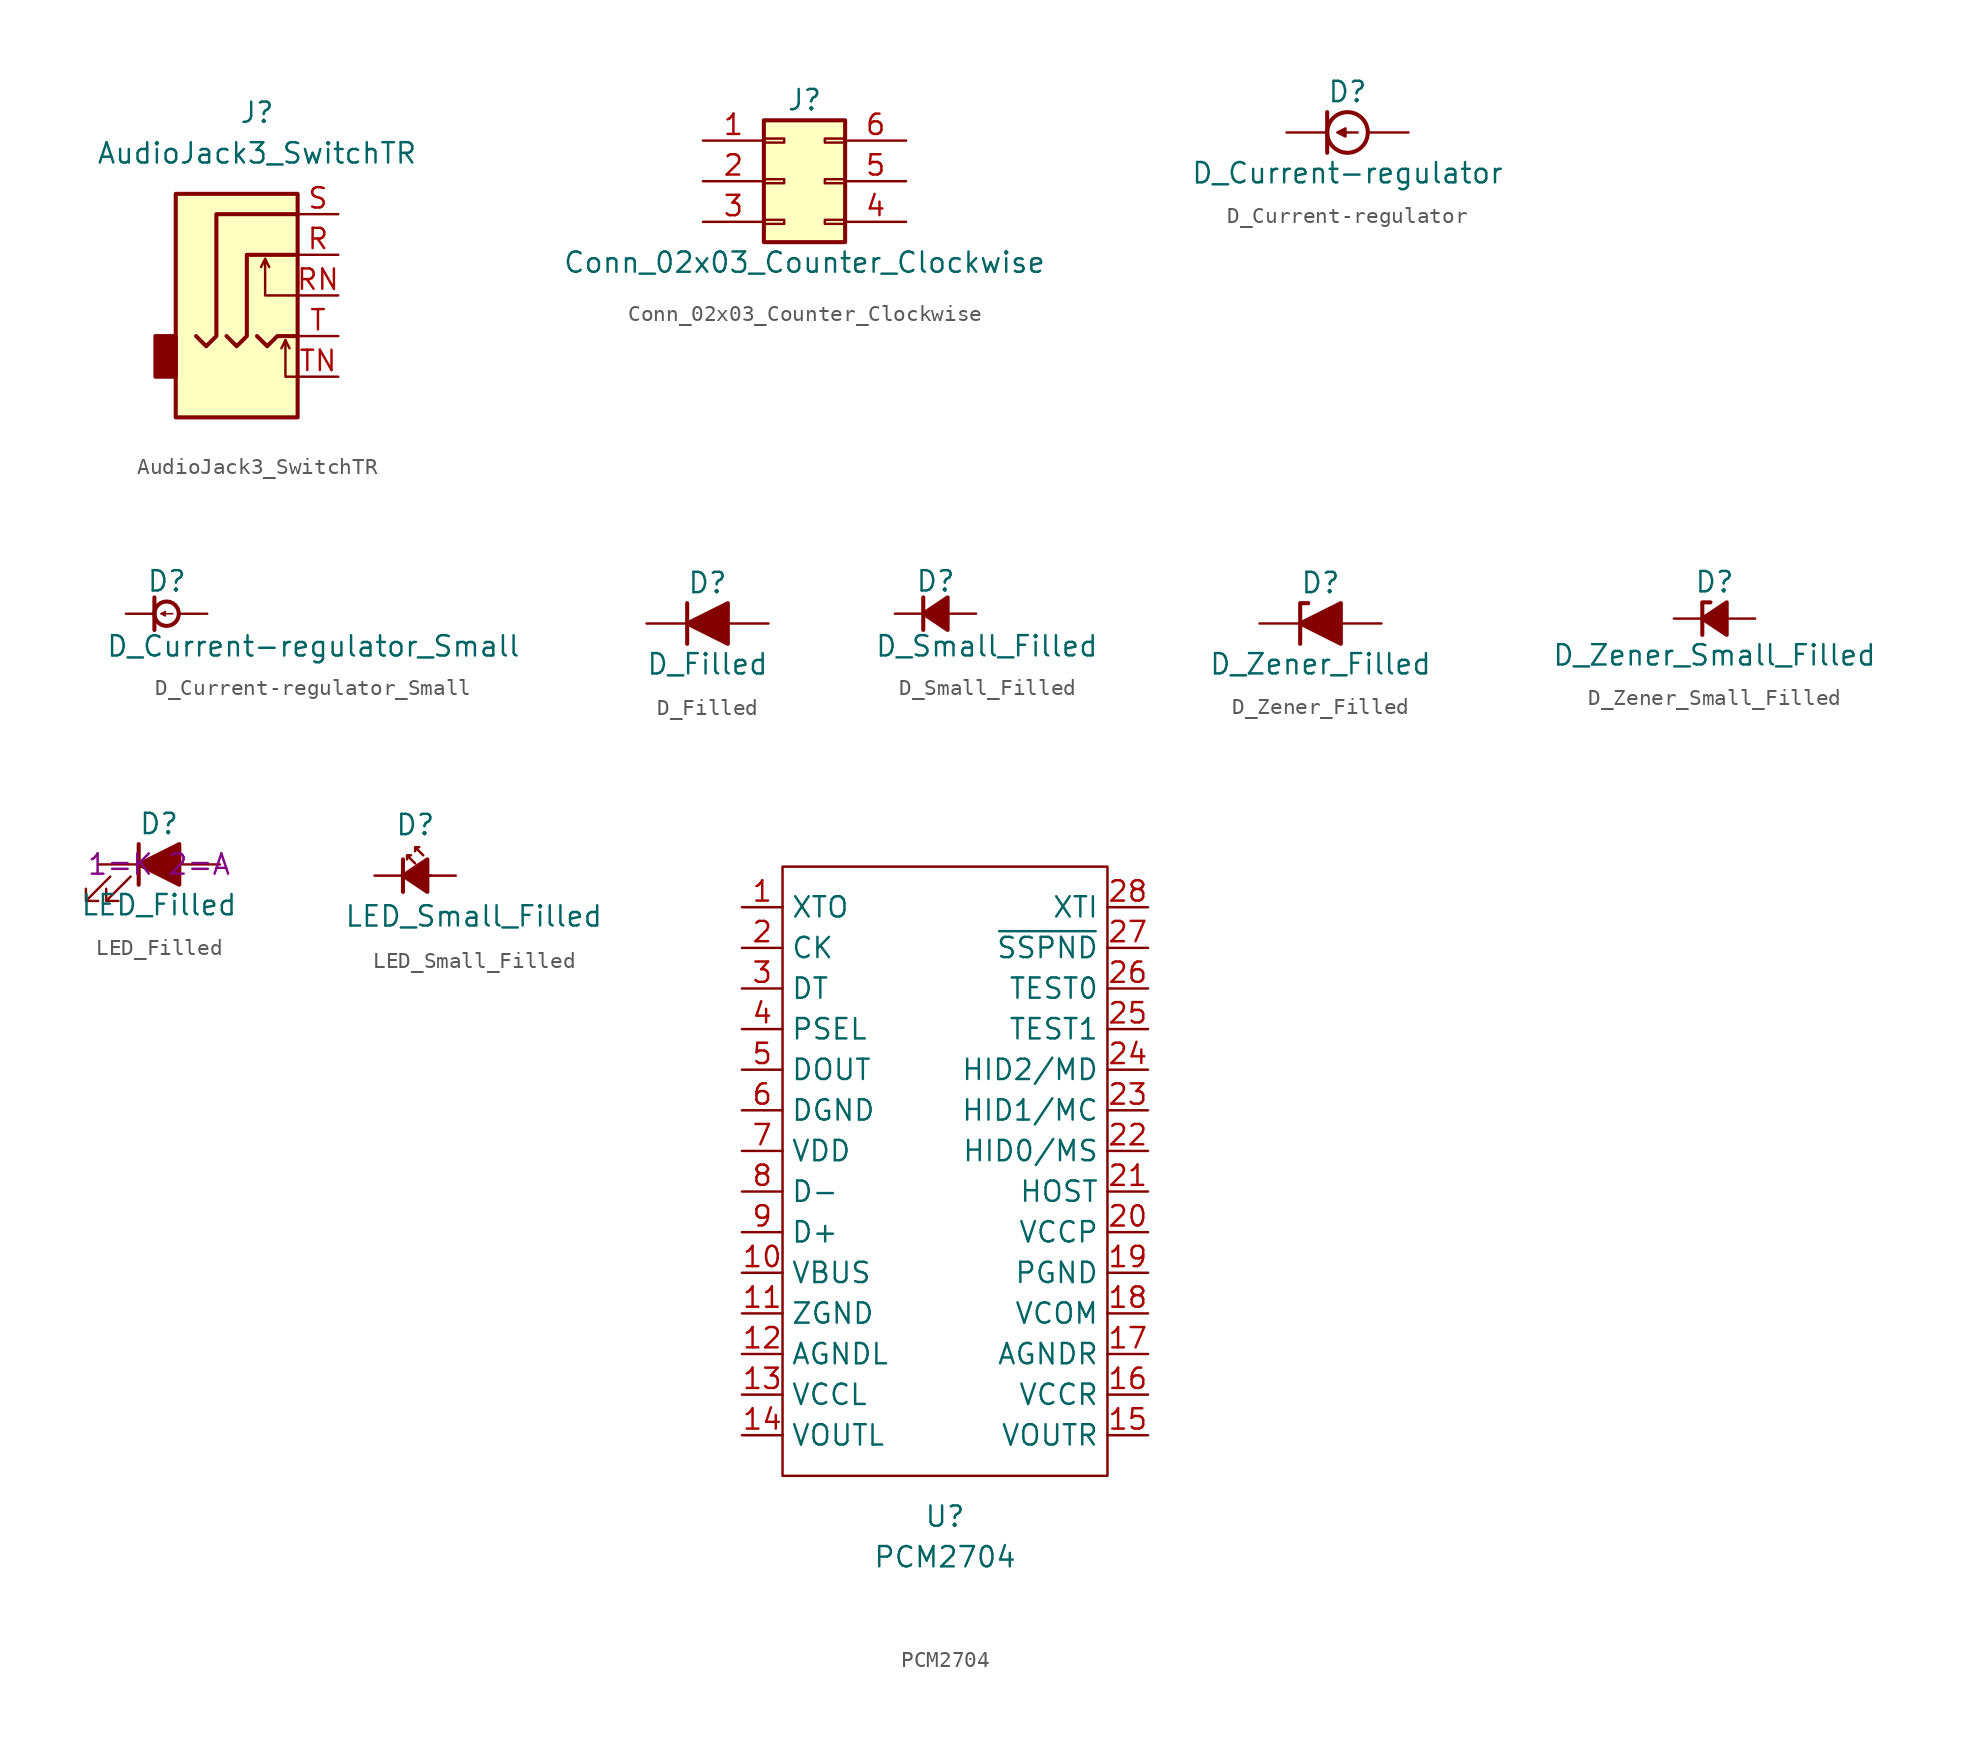
<source format=kicad_sym>
(kicad_symbol_lib
  (version 20241209)
  (generator "kicad_symbol_editor")
  (generator_version "9.0")
  (symbol "AudioJack3_SwitchTR"
    (property "Reference" "J"
      (at 0 8.89 0)
      (effects (font (size 1.27 1.27))))
    (property "Value" "AudioJack3_SwitchTR"
      (at 0 6.35 0)
      (effects (font (size 1.27 1.27))))
    (symbol "AudioJack3_SwitchTR_0_1"
      (rectangle (start -5.08 -5.08) (end -6.35 -7.62) (stroke (width 0.254) (type default)) (fill (type outline)))
      (polyline (pts (xy -1.905 -5.08) (xy -1.27 -5.715) (xy -0.635 -5.08) (xy -0.635 0) (xy 2.54 0)) (stroke (width 0.254) (type default)) (fill (type none)))
      (polyline (pts (xy 0 -5.08) (xy 0.635 -5.715) (xy 1.27 -5.08) (xy 2.54 -5.08)) (stroke (width 0.254) (type default)) (fill (type none)))
      (polyline (pts (xy 0.508 -0.254) (xy 0.762 -0.762)) (stroke (width 0) (type default)) (fill (type none)))
      (polyline (pts (xy 1.778 -5.334) (xy 2.032 -5.842)) (stroke (width 0) (type default)) (fill (type none)))
      (rectangle (start 2.54 3.81) (end -5.08 -10.16) (stroke (width 0.254) (type default)) (fill (type background)))
      (polyline (pts (xy 2.54 2.54) (xy -2.54 2.54) (xy -2.54 -5.08) (xy -3.175 -5.715) (xy -3.81 -5.08)) (stroke (width 0.254) (type default)) (fill (type none)))
      (polyline (pts (xy 2.54 -2.54) (xy 0.508 -2.54) (xy 0.508 -0.254) (xy 0.254 -0.762)) (stroke (width 0) (type default)) (fill (type none)))
      (polyline (pts (xy 2.54 -7.62) (xy 1.778 -7.62) (xy 1.778 -5.334) (xy 1.524 -5.842)) (stroke (width 0) (type default)) (fill (type none))))
    (symbol "AudioJack3_SwitchTR_1_1"
      (pin passive line (at 5.08 2.54 180) (length 2.54) (name "~" (effects (font (size 1.27 1.27)))) (number "S" (effects (font (size 1.27 1.27)))))
      (pin passive line (at 5.08 0 180) (length 2.54) (name "~" (effects (font (size 1.27 1.27)))) (number "R" (effects (font (size 1.27 1.27)))))
      (pin passive line (at 5.08 -2.54 180) (length 2.54) (name "~" (effects (font (size 1.27 1.27)))) (number "RN" (effects (font (size 1.27 1.27)))))
      (pin passive line (at 5.08 -5.08 180) (length 2.54) (name "~" (effects (font (size 1.27 1.27)))) (number "T" (effects (font (size 1.27 1.27)))))
      (pin passive line (at 5.08 -7.62 180) (length 2.54) (name "~" (effects (font (size 1.27 1.27)))) (number "TN" (effects (font (size 1.27 1.27)))))))
  (symbol "Conn_02x03_Counter_Clockwise"
    (pin_names
      (offset 1.016)
      (hide yes))
    (property "Reference" "J"
      (at 1.27 5.08 0)
      (effects (font (size 1.27 1.27))))
    (property "Value" "Conn_02x03_Counter_Clockwise"
      (at 1.27 -5.08 0)
      (effects (font (size 1.27 1.27))))
    (symbol "Conn_02x03_Counter_Clockwise_1_1"
      (rectangle (start -1.27 3.81) (end 3.81 -3.81) (stroke (width 0.254) (type default)) (fill (type background)))
      (rectangle (start -1.27 2.667) (end 0 2.413) (stroke (width 0.152) (type default)) (fill (type none)))
      (rectangle (start -1.27 0.127) (end 0 -0.127) (stroke (width 0.152) (type default)) (fill (type none)))
      (rectangle (start -1.27 -2.413) (end 0 -2.667) (stroke (width 0.152) (type default)) (fill (type none)))
      (rectangle (start 3.81 2.667) (end 2.54 2.413) (stroke (width 0.152) (type default)) (fill (type none)))
      (rectangle (start 3.81 0.127) (end 2.54 -0.127) (stroke (width 0.152) (type default)) (fill (type none)))
      (rectangle (start 3.81 -2.413) (end 2.54 -2.667) (stroke (width 0.152) (type default)) (fill (type none)))
      (pin passive line (at -5.08 2.54 0) (length 3.81) (name "Pin_1" (effects (font (size 1.27 1.27)))) (number "1" (effects (font (size 1.27 1.27)))))
      (pin passive line (at -5.08 0 0) (length 3.81) (name "Pin_2" (effects (font (size 1.27 1.27)))) (number "2" (effects (font (size 1.27 1.27)))))
      (pin passive line (at -5.08 -2.54 0) (length 3.81) (name "Pin_3" (effects (font (size 1.27 1.27)))) (number "3" (effects (font (size 1.27 1.27)))))
      (pin passive line (at 7.62 2.54 180) (length 3.81) (name "Pin_6" (effects (font (size 1.27 1.27)))) (number "6" (effects (font (size 1.27 1.27)))))
      (pin passive line (at 7.62 0 180) (length 3.81) (name "Pin_5" (effects (font (size 1.27 1.27)))) (number "5" (effects (font (size 1.27 1.27)))))
      (pin passive line (at 7.62 -2.54 180) (length 3.81) (name "Pin_4" (effects (font (size 1.27 1.27)))) (number "4" (effects (font (size 1.27 1.27)))))))
  (symbol "D_Current-regulator"
    (pin_numbers
      (hide yes))
    (pin_names
      (offset 1.016)
      (hide yes))
    (property "Reference" "D"
      (at 0 2.54 0)
      (effects (font (size 1.27 1.27))))
    (property "Value" "D_Current-regulator"
      (at 0 -2.54 0)
      (effects (font (size 1.27 1.27))))
    (symbol "D_Current-regulator_0_1"
      (polyline (pts (xy -1.27 1.27) (xy -1.27 -1.27)) (stroke (width 0.254) (type default)) (fill (type none))))
    (symbol "D_Current-regulator_1_1"
      (polyline (pts (xy -0.127 0.254) (xy -0.635 0) (xy -0.127 -0.254) (xy -0.127 0.254)) (stroke (width 0) (type default)) (fill (type outline)))
      (polyline (pts (xy -0.127 0) (xy 0.635 0)) (stroke (width 0) (type default)) (fill (type none)))
      (circle (center 0 0) (radius 1.27) (stroke (width 0.254) (type default)) (fill (type none)))
      (pin passive line (at -3.81 0 0) (length 2.54) (name "K" (effects (font (size 1.27 1.27)))) (number "1" (effects (font (size 1.27 1.27)))))
      (pin passive line (at 3.81 0 180) (length 2.54) (name "A" (effects (font (size 1.27 1.27)))) (number "2" (effects (font (size 1.27 1.27)))))))
  (symbol "D_Current-regulator_Small"
    (pin_numbers
      (hide yes))
    (pin_names
      (offset 0.254)
      (hide yes))
    (property "Reference" "D"
      (at -1.27 2.032 0)
      (effects (font (size 1.27 1.27)) (justify left)))
    (property "Value" "D_Current-regulator_Small"
      (at -3.81 -2.032 0)
      (effects (font (size 1.27 1.27)) (justify left)))
    (symbol "D_Current-regulator_Small_0_1"
      (polyline (pts (xy -0.762 -1.016) (xy -0.762 1.016)) (stroke (width 0.254) (type default)) (fill (type none))))
    (symbol "D_Current-regulator_Small_1_1"
      (polyline (pts (xy -0.076 0.152) (xy -0.381 0) (xy -0.076 -0.152) (xy -0.076 0.152)) (stroke (width 0.076) (type default)) (fill (type outline)))
      (polyline (pts (xy -0.076 0) (xy 0.381 0)) (stroke (width 0.102) (type default)) (fill (type none)))
      (circle (center 0 0) (radius 0.762) (stroke (width 0.254) (type default)) (fill (type none)))
      (pin passive line (at -2.54 0 0) (length 1.778) (name "K" (effects (font (size 1.27 1.27)))) (number "1" (effects (font (size 1.27 1.27)))))
      (pin passive line (at 2.54 0 180) (length 1.778) (name "A" (effects (font (size 1.27 1.27)))) (number "2" (effects (font (size 1.27 1.27)))))))
  (symbol "D_Filled"
    (pin_numbers
      (hide yes))
    (pin_names
      (offset 1.016)
      (hide yes))
    (property "Reference" "D"
      (at 0 2.54 0)
      (effects (font (size 1.27 1.27))))
    (property "Value" "D_Filled"
      (at 0 -2.54 0)
      (effects (font (size 1.27 1.27))))
    (symbol "D_Filled_0_1"
      (polyline (pts (xy -1.27 1.27) (xy -1.27 -1.27)) (stroke (width 0.254) (type default)) (fill (type none)))
      (polyline (pts (xy 1.27 1.27) (xy 1.27 -1.27) (xy -1.27 0) (xy 1.27 1.27)) (stroke (width 0.254) (type default)) (fill (type outline)))
      (polyline (pts (xy 1.27 0) (xy -1.27 0)) (stroke (width 0) (type default)) (fill (type none))))
    (symbol "D_Filled_1_1"
      (pin passive line (at -3.81 0 0) (length 2.54) (name "K" (effects (font (size 1.27 1.27)))) (number "1" (effects (font (size 1.27 1.27)))))
      (pin passive line (at 3.81 0 180) (length 2.54) (name "A" (effects (font (size 1.27 1.27)))) (number "2" (effects (font (size 1.27 1.27)))))))
  (symbol "D_Small_Filled"
    (pin_numbers
      (hide yes))
    (pin_names
      (offset 0.254)
      (hide yes))
    (property "Reference" "D"
      (at -1.27 2.032 0)
      (effects (font (size 1.27 1.27)) (justify left)))
    (property "Value" "D_Small_Filled"
      (at -3.81 -2.032 0)
      (effects (font (size 1.27 1.27)) (justify left)))
    (symbol "D_Small_Filled_0_1"
      (polyline (pts (xy -0.762 0) (xy 0.762 0)) (stroke (width 0) (type default)) (fill (type none)))
      (polyline (pts (xy -0.762 -1.016) (xy -0.762 1.016)) (stroke (width 0.254) (type default)) (fill (type none)))
      (polyline (pts (xy 0.762 -1.016) (xy -0.762 0) (xy 0.762 1.016) (xy 0.762 -1.016)) (stroke (width 0.254) (type default)) (fill (type outline))))
    (symbol "D_Small_Filled_1_1"
      (pin passive line (at -2.54 0 0) (length 1.778) (name "K" (effects (font (size 1.27 1.27)))) (number "1" (effects (font (size 1.27 1.27)))))
      (pin passive line (at 2.54 0 180) (length 1.778) (name "A" (effects (font (size 1.27 1.27)))) (number "2" (effects (font (size 1.27 1.27)))))))
  (symbol "D_Zener_Filled"
    (pin_numbers
      (hide yes))
    (pin_names
      (offset 1.016)
      (hide yes))
    (property "Reference" "D"
      (at 0 2.54 0)
      (effects (font (size 1.27 1.27))))
    (property "Value" "D_Zener_Filled"
      (at 0 -2.54 0)
      (effects (font (size 1.27 1.27))))
    (symbol "D_Zener_Filled_0_1"
      (polyline (pts (xy -1.27 -1.27) (xy -1.27 1.27) (xy -0.762 1.27)) (stroke (width 0.254) (type default)) (fill (type none)))
      (polyline (pts (xy 1.27 0) (xy -1.27 0)) (stroke (width 0) (type default)) (fill (type none)))
      (polyline (pts (xy 1.27 -1.27) (xy 1.27 1.27) (xy -1.27 0) (xy 1.27 -1.27)) (stroke (width 0.254) (type default)) (fill (type outline))))
    (symbol "D_Zener_Filled_1_1"
      (pin passive line (at -3.81 0 0) (length 2.54) (name "K" (effects (font (size 1.27 1.27)))) (number "1" (effects (font (size 1.27 1.27)))))
      (pin passive line (at 3.81 0 180) (length 2.54) (name "A" (effects (font (size 1.27 1.27)))) (number "2" (effects (font (size 1.27 1.27)))))))
  (symbol "D_Zener_Small_Filled"
    (pin_numbers
      (hide yes))
    (pin_names
      (offset 0.254)
      (hide yes))
    (property "Reference" "D"
      (at 0 2.286 0)
      (effects (font (size 1.27 1.27))))
    (property "Value" "D_Zener_Small_Filled"
      (at 0 -2.286 0)
      (effects (font (size 1.27 1.27))))
    (symbol "D_Zener_Small_Filled_0_1"
      (polyline (pts (xy -0.254 1.016) (xy -0.762 1.016) (xy -0.762 -1.016)) (stroke (width 0.254) (type default)) (fill (type none)))
      (polyline (pts (xy 0.762 1.016) (xy -0.762 0) (xy 0.762 -1.016) (xy 0.762 1.016)) (stroke (width 0.254) (type default)) (fill (type outline)))
      (polyline (pts (xy 0.762 0) (xy -0.762 0)) (stroke (width 0) (type default)) (fill (type none))))
    (symbol "D_Zener_Small_Filled_1_1"
      (pin passive line (at -2.54 0 0) (length 1.778) (name "K" (effects (font (size 1.27 1.27)))) (number "1" (effects (font (size 1.27 1.27)))))
      (pin passive line (at 2.54 0 180) (length 1.778) (name "A" (effects (font (size 1.27 1.27)))) (number "2" (effects (font (size 1.27 1.27)))))))
  (symbol "LED_Filled"
    (pin_numbers
      (hide yes))
    (pin_names
      (offset 1.016)
      (hide yes))
    (property "Reference" "D"
      (at 0 2.54 0)
      (effects (font (size 1.27 1.27))))
    (property "Value" "LED_Filled"
      (at 0 -2.54 0)
      (effects (font (size 1.27 1.27))))
    (property "Sim.Pins" "1=K 2=A"
      (at 0 0 0)
      (effects (font (size 1.27 1.27))))
    (symbol "LED_Filled_0_1"
      (polyline (pts (xy -3.048 -0.762) (xy -4.572 -2.286) (xy -3.81 -2.286) (xy -4.572 -2.286) (xy -4.572 -1.524)) (stroke (width 0) (type default)) (fill (type none)))
      (polyline (pts (xy -1.778 -0.762) (xy -3.302 -2.286) (xy -2.54 -2.286) (xy -3.302 -2.286) (xy -3.302 -1.524)) (stroke (width 0) (type default)) (fill (type none)))
      (polyline (pts (xy -1.27 0) (xy 1.27 0)) (stroke (width 0) (type default)) (fill (type none)))
      (polyline (pts (xy -1.27 -1.27) (xy -1.27 1.27)) (stroke (width 0.254) (type default)) (fill (type none)))
      (polyline (pts (xy 1.27 -1.27) (xy 1.27 1.27) (xy -1.27 0) (xy 1.27 -1.27)) (stroke (width 0.254) (type default)) (fill (type outline))))
    (symbol "LED_Filled_1_1"
      (pin passive line (at -3.81 0 0) (length 2.54) (name "K" (effects (font (size 1.27 1.27)))) (number "1" (effects (font (size 1.27 1.27)))))
      (pin passive line (at 3.81 0 180) (length 2.54) (name "A" (effects (font (size 1.27 1.27)))) (number "2" (effects (font (size 1.27 1.27)))))))
  (symbol "LED_Small_Filled"
    (pin_numbers
      (hide yes))
    (pin_names
      (offset 0.254)
      (hide yes))
    (property "Reference" "D"
      (at -1.27 3.175 0)
      (effects (font (size 1.27 1.27)) (justify left)))
    (property "Value" "LED_Small_Filled"
      (at -4.445 -2.54 0)
      (effects (font (size 1.27 1.27)) (justify left)))
    (symbol "LED_Small_Filled_0_1"
      (polyline (pts (xy -0.762 -1.016) (xy -0.762 1.016)) (stroke (width 0.254) (type default)) (fill (type none)))
      (polyline (pts (xy 0 0.762) (xy -0.508 1.27) (xy -0.254 1.27) (xy -0.508 1.27) (xy -0.508 1.016)) (stroke (width 0) (type default)) (fill (type none)))
      (polyline (pts (xy 0.508 1.27) (xy 0 1.778) (xy 0.254 1.778) (xy 0 1.778) (xy 0 1.524)) (stroke (width 0) (type default)) (fill (type none)))
      (polyline (pts (xy 0.762 -1.016) (xy -0.762 0) (xy 0.762 1.016) (xy 0.762 -1.016)) (stroke (width 0.254) (type default)) (fill (type outline)))
      (polyline (pts (xy 1.016 0) (xy -0.762 0)) (stroke (width 0) (type default)) (fill (type none))))
    (symbol "LED_Small_Filled_1_1"
      (pin passive line (at -2.54 0 0) (length 1.778) (name "K" (effects (font (size 1.27 1.27)))) (number "1" (effects (font (size 1.27 1.27)))))
      (pin passive line (at 2.54 0 180) (length 1.778) (name "A" (effects (font (size 1.27 1.27)))) (number "2" (effects (font (size 1.27 1.27)))))))
  (symbol "PCM2704"
    (property "Reference" "U"
      (at 0 -21.59 0)
      (effects (font (size 1.27 1.27))))
    (property "Value" "PCM2704"
      (at 0 -24.13 0)
      (effects (font (size 1.27 1.27))))
    (symbol "PCM2704_0_1"
      (rectangle (start -10.16 19.05) (end 10.16 -19.05) (stroke (width 0) (type default)) (fill (type none))))
    (symbol "PCM2704_1_1"
      (pin output line (at -12.7 16.51 0) (length 2.54) (name "XTO" (effects (font (size 1.27 1.27)))) (number "1" (effects (font (size 1.27 1.27)))))
      (pin output line (at -12.7 13.97 0) (length 2.54) (name "CK" (effects (font (size 1.27 1.27)))) (number "2" (effects (font (size 1.27 1.27)))))
      (pin bidirectional line (at -12.7 11.43 0) (length 2.54) (name "DT" (effects (font (size 1.27 1.27)))) (number "3" (effects (font (size 1.27 1.27)))))
      (pin input line (at -12.7 8.89 0) (length 2.54) (name "PSEL" (effects (font (size 1.27 1.27)))) (number "4" (effects (font (size 1.27 1.27)))))
      (pin output line (at -12.7 6.35 0) (length 2.54) (name "DOUT" (effects (font (size 1.27 1.27)))) (number "5" (effects (font (size 1.27 1.27)))))
      (pin passive line (at -12.7 3.81 0) (length 2.54) (name "DGND" (effects (font (size 1.27 1.27)))) (number "6" (effects (font (size 1.27 1.27)))))
      (pin power_in line (at -12.7 1.27 0) (length 2.54) (name "VDD" (effects (font (size 1.27 1.27)))) (number "7" (effects (font (size 1.27 1.27)))))
      (pin bidirectional line (at -12.7 -1.27 0) (length 2.54) (name "D-" (effects (font (size 1.27 1.27)))) (number "8" (effects (font (size 1.27 1.27)))))
      (pin bidirectional line (at -12.7 -3.81 0) (length 2.54) (name "D+" (effects (font (size 1.27 1.27)))) (number "9" (effects (font (size 1.27 1.27)))))
      (pin passive line (at -12.7 -6.35 0) (length 2.54) (name "VBUS" (effects (font (size 1.27 1.27)))) (number "10" (effects (font (size 1.27 1.27)))))
      (pin passive line (at -12.7 -8.89 0) (length 2.54) (name "ZGND" (effects (font (size 1.27 1.27)))) (number "11" (effects (font (size 1.27 1.27)))))
      (pin passive line (at -12.7 -11.43 0) (length 2.54) (name "AGNDL" (effects (font (size 1.27 1.27)))) (number "12" (effects (font (size 1.27 1.27)))))
      (pin power_in line (at -12.7 -13.97 0) (length 2.54) (name "VCCL" (effects (font (size 1.27 1.27)))) (number "13" (effects (font (size 1.27 1.27)))))
      (pin output line (at -12.7 -16.51 0) (length 2.54) (name "VOUTL" (effects (font (size 1.27 1.27)))) (number "14" (effects (font (size 1.27 1.27)))))
      (pin input line (at 12.7 16.51 180) (length 2.54) (name "XTI" (effects (font (size 1.27 1.27)))) (number "28" (effects (font (size 1.27 1.27)))))
      (pin output line (at 12.7 13.97 180) (length 2.54) (name "~{SSPND}" (effects (font (size 1.27 1.27)))) (number "27" (effects (font (size 1.27 1.27)))))
      (pin input line (at 12.7 11.43 180) (length 2.54) (name "TEST0" (effects (font (size 1.27 1.27)))) (number "26" (effects (font (size 1.27 1.27)))))
      (pin input line (at 12.7 8.89 180) (length 2.54) (name "TEST1" (effects (font (size 1.27 1.27)))) (number "25" (effects (font (size 1.27 1.27)))))
      (pin input line (at 12.7 6.35 180) (length 2.54) (name "HID2/MD" (effects (font (size 1.27 1.27)))) (number "24" (effects (font (size 1.27 1.27)))))
      (pin input line (at 12.7 3.81 180) (length 2.54) (name "HID1/MC" (effects (font (size 1.27 1.27)))) (number "23" (effects (font (size 1.27 1.27)))))
      (pin input line (at 12.7 1.27 180) (length 2.54) (name "HID0/MS" (effects (font (size 1.27 1.27)))) (number "22" (effects (font (size 1.27 1.27)))))
      (pin input line (at 12.7 -1.27 180) (length 2.54) (name "HOST" (effects (font (size 1.27 1.27)))) (number "21" (effects (font (size 1.27 1.27)))))
      (pin power_in line (at 12.7 -3.81 180) (length 2.54) (name "VCCP" (effects (font (size 1.27 1.27)))) (number "20" (effects (font (size 1.27 1.27)))))
      (pin passive line (at 12.7 -6.35 180) (length 2.54) (name "PGND" (effects (font (size 1.27 1.27)))) (number "19" (effects (font (size 1.27 1.27)))))
      (pin passive line (at 12.7 -8.89 180) (length 2.54) (name "VCOM" (effects (font (size 1.27 1.27)))) (number "18" (effects (font (size 1.27 1.27)))))
      (pin passive line (at 12.7 -11.43 180) (length 2.54) (name "AGNDR" (effects (font (size 1.27 1.27)))) (number "17" (effects (font (size 1.27 1.27)))))
      (pin power_in line (at 12.7 -13.97 180) (length 2.54) (name "VCCR" (effects (font (size 1.27 1.27)))) (number "16" (effects (font (size 1.27 1.27)))))
      (pin output line (at 12.7 -16.51 180) (length 2.54) (name "VOUTR" (effects (font (size 1.27 1.27)))) (number "15" (effects (font (size 1.27 1.27))))))))
</source>
